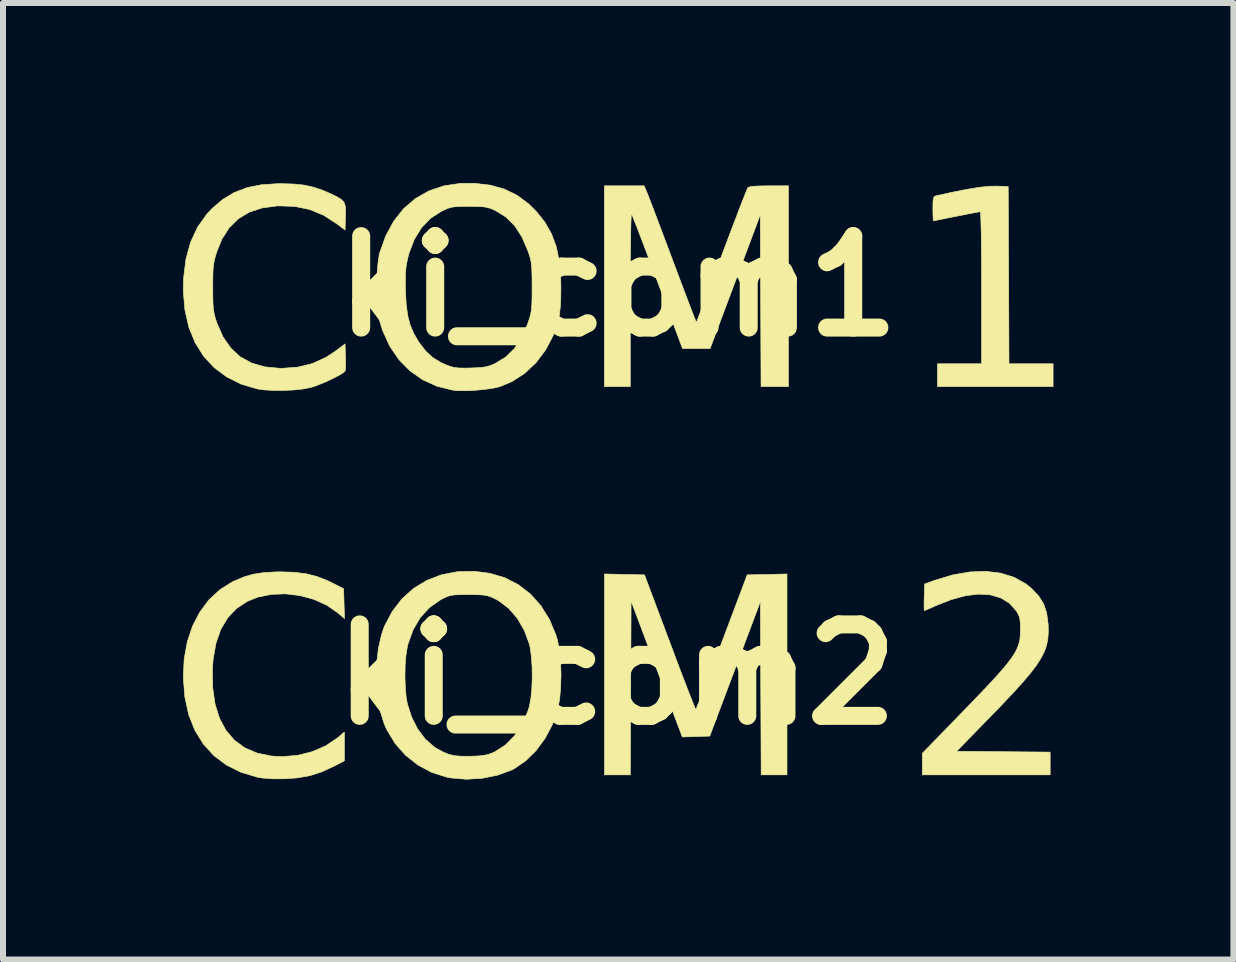
<source format=kicad_pcb>
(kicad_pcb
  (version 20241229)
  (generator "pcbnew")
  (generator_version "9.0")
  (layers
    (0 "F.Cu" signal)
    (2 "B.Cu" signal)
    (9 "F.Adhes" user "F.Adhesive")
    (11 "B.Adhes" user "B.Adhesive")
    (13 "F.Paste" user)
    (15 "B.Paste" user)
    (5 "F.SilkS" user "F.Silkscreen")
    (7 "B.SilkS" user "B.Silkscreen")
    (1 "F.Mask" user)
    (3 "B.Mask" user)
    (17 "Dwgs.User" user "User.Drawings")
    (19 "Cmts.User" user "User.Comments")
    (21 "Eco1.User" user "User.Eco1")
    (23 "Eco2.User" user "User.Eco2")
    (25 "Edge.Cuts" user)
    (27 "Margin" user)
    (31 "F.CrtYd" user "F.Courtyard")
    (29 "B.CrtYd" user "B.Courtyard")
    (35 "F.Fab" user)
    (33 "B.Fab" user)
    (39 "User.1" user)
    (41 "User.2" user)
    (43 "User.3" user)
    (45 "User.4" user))
  (footprint "ki_com2"
    (layer "F.Cu")
    (at 7.227 8.191)
    (property "Reference" "ki_com2" (at 0 0 0) (layer "F.SilkS") (effects (font (size 1.524 1.524) (thickness 0.3))))
    (attr through_hole)
    (fp_poly (pts (xy 2.839 1.673) (xy 2.409 1.673) (xy 2.402 0.229) (xy 2.396 -1.215) (xy 1.974 -0.094) (xy 1.552 1.027) (xy 1.324 1.034) (xy 1.095 1.041) (xy 1.02 0.844) (xy 0.994 0.775) (xy 0.953 0.666) (xy 0.899 0.523) (xy 0.834 0.352) (xy 0.762 0.159) (xy 0.684 -0.048) (xy 0.603 -0.262) (xy 0.593 -0.289) (xy 0.241 -1.224) (xy 0.228 1.673) (xy -0.203 1.673) (xy -0.203 -1.675) (xy 0.464 -1.66) (xy 0.885 -0.539) (xy 0.97 -0.313) (xy 1.049 -0.102) (xy 1.122 0.088) (xy 1.186 0.255) (xy 1.24 0.392) (xy 1.281 0.496) (xy 1.308 0.561) (xy 1.319 0.583) (xy 1.33 0.56) (xy 1.357 0.494) (xy 1.399 0.39) (xy 1.452 0.252) (xy 1.517 0.086) (xy 1.59 -0.105) (xy 1.67 -0.316) (xy 1.754 -0.539) (xy 2.176 -1.66) (xy 2.508 -1.667) (xy 2.839 -1.675) (xy 2.839 1.673)) (stroke (width 0.01) (type solid)) (fill yes) (layer "F.SilkS"))
    (fp_poly (pts (xy 6.402 -1.689) (xy 6.625 -1.619) (xy 6.821 -1.51) (xy 6.918 -1.43) (xy 7.037 -1.304) (xy 7.118 -1.173) (xy 7.167 -1.025) (xy 7.191 -0.846) (xy 7.193 -0.811) (xy 7.194 -0.694) (xy 7.186 -0.586) (xy 7.164 -0.481) (xy 7.126 -0.376) (xy 7.069 -0.266) (xy 6.992 -0.146) (xy 6.889 -0.013) (xy 6.76 0.139) (xy 6.601 0.314) (xy 6.41 0.516) (xy 6.268 0.662) (xy 5.666 1.28) (xy 6.445 1.287) (xy 7.225 1.294) (xy 7.225 1.673) (xy 5.095 1.673) (xy 5.095 1.314) (xy 5.727 0.663) (xy 5.943 0.441) (xy 6.125 0.25) (xy 6.277 0.088) (xy 6.401 -0.05) (xy 6.501 -0.168) (xy 6.578 -0.269) (xy 6.636 -0.358) (xy 6.677 -0.438) (xy 6.704 -0.513) (xy 6.721 -0.587) (xy 6.728 -0.664) (xy 6.73 -0.747) (xy 6.73 -0.75) (xy 6.728 -0.858) (xy 6.719 -0.933) (xy 6.7 -0.991) (xy 6.667 -1.05) (xy 6.66 -1.06) (xy 6.547 -1.187) (xy 6.403 -1.276) (xy 6.231 -1.327) (xy 6.032 -1.339) (xy 5.811 -1.312) (xy 5.569 -1.246) (xy 5.327 -1.15) (xy 5.239 -1.11) (xy 5.17 -1.081) (xy 5.133 -1.066) (xy 5.129 -1.065) (xy 5.125 -1.088) (xy 5.124 -1.151) (xy 5.125 -1.241) (xy 5.126 -1.286) (xy 5.133 -1.508) (xy 5.298 -1.568) (xy 5.599 -1.659) (xy 5.886 -1.709) (xy 6.154 -1.719) (xy 6.402 -1.689)) (stroke (width 0.01) (type solid)) (fill yes) (layer "F.SilkS"))
    (fp_poly (pts (xy -5.37 -1.703) (xy -5.172 -1.678) (xy -4.991 -1.632) (xy -4.813 -1.561) (xy -4.735 -1.523) (xy -4.55 -1.429) (xy -4.543 -1.181) (xy -4.536 -0.932) (xy -4.644 -1.025) (xy -4.831 -1.155) (xy -5.046 -1.252) (xy -5.279 -1.315) (xy -5.518 -1.344) (xy -5.756 -1.335) (xy -5.981 -1.289) (xy -6.153 -1.22) (xy -6.335 -1.101) (xy -6.483 -0.944) (xy -6.597 -0.751) (xy -6.678 -0.521) (xy -6.725 -0.252) (xy -6.737 -0.087) (xy -6.732 0.22) (xy -6.693 0.493) (xy -6.619 0.73) (xy -6.511 0.932) (xy -6.37 1.096) (xy -6.197 1.223) (xy -5.992 1.31) (xy -5.756 1.359) (xy -5.576 1.369) (xy -5.319 1.348) (xy -5.072 1.286) (xy -4.846 1.188) (xy -4.65 1.055) (xy -4.639 1.046) (xy -4.538 0.959) (xy -4.538 1.439) (xy -4.709 1.528) (xy -4.913 1.622) (xy -5.11 1.686) (xy -5.319 1.723) (xy -5.526 1.738) (xy -5.731 1.739) (xy -5.902 1.726) (xy -5.982 1.713) (xy -6.258 1.631) (xy -6.502 1.51) (xy -6.713 1.352) (xy -6.889 1.157) (xy -7.03 0.929) (xy -7.133 0.668) (xy -7.196 0.376) (xy -7.197 0.369) (xy -7.222 0.05) (xy -7.208 -0.254) (xy -7.157 -0.539) (xy -7.07 -0.802) (xy -6.948 -1.038) (xy -6.795 -1.244) (xy -6.61 -1.415) (xy -6.397 -1.548) (xy -6.378 -1.556) (xy -6.217 -1.624) (xy -6.06 -1.67) (xy -5.89 -1.697) (xy -5.694 -1.709) (xy -5.602 -1.711) (xy -5.37 -1.703)) (stroke (width 0.01) (type solid)) (fill yes) (layer "F.SilkS"))
    (fp_poly (pts (xy -2.118 -1.687) (xy -1.867 -1.614) (xy -1.639 -1.497) (xy -1.436 -1.34) (xy -1.262 -1.145) (xy -1.119 -0.916) (xy -1.011 -0.656) (xy -0.985 -0.565) (xy -0.953 -0.404) (xy -0.934 -0.21) (xy -0.927 0.001) (xy -0.933 0.213) (xy -0.95 0.41) (xy -0.981 0.575) (xy -0.985 0.591) (xy -1.072 0.838) (xy -1.194 1.067) (xy -1.344 1.27) (xy -1.517 1.44) (xy -1.707 1.57) (xy -1.755 1.594) (xy -1.986 1.679) (xy -2.24 1.73) (xy -2.504 1.746) (xy -2.761 1.724) (xy -2.836 1.71) (xy -3.085 1.631) (xy -3.314 1.508) (xy -3.519 1.345) (xy -3.692 1.149) (xy -3.829 0.924) (xy -3.875 0.82) (xy -3.942 0.6) (xy -3.986 0.351) (xy -4.005 0.086) (xy -4.004 0.041) (xy -3.528 0.041) (xy -3.522 0.227) (xy -3.506 0.392) (xy -3.488 0.488) (xy -3.417 0.71) (xy -3.316 0.909) (xy -3.189 1.077) (xy -3.042 1.206) (xy -2.997 1.235) (xy -2.888 1.294) (xy -2.792 1.333) (xy -2.693 1.355) (xy -2.575 1.363) (xy -2.434 1.363) (xy -2.305 1.358) (xy -2.211 1.348) (xy -2.138 1.332) (xy -2.068 1.306) (xy -2.025 1.286) (xy -1.852 1.174) (xy -1.7 1.02) (xy -1.574 0.83) (xy -1.479 0.611) (xy -1.454 0.531) (xy -1.43 0.403) (xy -1.414 0.24) (xy -1.407 0.059) (xy -1.409 -0.126) (xy -1.421 -0.3) (xy -1.441 -0.447) (xy -1.454 -0.505) (xy -1.538 -0.733) (xy -1.654 -0.934) (xy -1.798 -1.101) (xy -1.965 -1.228) (xy -2.025 -1.261) (xy -2.09 -1.291) (xy -2.149 -1.311) (xy -2.213 -1.323) (xy -2.297 -1.329) (xy -2.413 -1.331) (xy -2.472 -1.331) (xy -2.601 -1.33) (xy -2.694 -1.327) (xy -2.761 -1.318) (xy -2.817 -1.302) (xy -2.875 -1.276) (xy -2.934 -1.245) (xy -3.118 -1.117) (xy -3.271 -0.95) (xy -3.391 -0.747) (xy -3.477 -0.51) (xy -3.488 -0.463) (xy -3.511 -0.321) (xy -3.525 -0.148) (xy -3.528 0.041) (xy -4.004 0.041) (xy -4 -0.181) (xy -3.97 -0.437) (xy -3.917 -0.67) (xy -3.872 -0.799) (xy -3.742 -1.047) (xy -3.579 -1.259) (xy -3.385 -1.434) (xy -3.164 -1.568) (xy -2.919 -1.662) (xy -2.654 -1.713) (xy -2.371 -1.719) (xy -2.118 -1.687)) (stroke (width 0.01) (type solid)) (fill yes) (layer "F.SilkS")))
  (footprint "ki_com1"
    (layer "F.Cu")
    (at 7.251 1.72)
    (property "Reference" "ki_com1" (at 0 0 0) (layer "F.SilkS") (effects (font (size 1.524 1.524) (thickness 0.3))))
    (attr through_hole)
    (fp_poly (pts (xy 6.502 -1.66) (xy 6.509 -0.184) (xy 6.515 1.293) (xy 7.25 1.293) (xy 7.25 1.673) (xy 5.323 1.673) (xy 5.323 1.293) (xy 6.058 1.293) (xy 6.058 0.025) (xy 6.058 -0.223) (xy 6.057 -0.455) (xy 6.055 -0.666) (xy 6.053 -0.852) (xy 6.049 -1.007) (xy 6.046 -1.126) (xy 6.042 -1.206) (xy 6.038 -1.241) (xy 6.037 -1.242) (xy 6.006 -1.237) (xy 5.934 -1.224) (xy 5.831 -1.204) (xy 5.707 -1.179) (xy 5.64 -1.166) (xy 5.509 -1.14) (xy 5.397 -1.117) (xy 5.312 -1.1) (xy 5.264 -1.091) (xy 5.256 -1.09) (xy 5.252 -1.113) (xy 5.249 -1.175) (xy 5.247 -1.264) (xy 5.247 -1.292) (xy 5.248 -1.393) (xy 5.253 -1.455) (xy 5.265 -1.488) (xy 5.287 -1.503) (xy 5.304 -1.508) (xy 5.588 -1.57) (xy 5.828 -1.617) (xy 6.025 -1.649) (xy 6.184 -1.665) (xy 6.303 -1.668) (xy 6.502 -1.66)) (stroke (width 0.01) (type solid)) (fill yes) (layer "F.SilkS"))
    (fp_poly (pts (xy 0.48 -1.565) (xy 0.499 -1.519) (xy 0.533 -1.431) (xy 0.581 -1.306) (xy 0.64 -1.15) (xy 0.708 -0.969) (xy 0.784 -0.768) (xy 0.865 -0.552) (xy 0.913 -0.424) (xy 0.994 -0.208) (xy 1.07 -0.007) (xy 1.138 0.173) (xy 1.197 0.328) (xy 1.245 0.453) (xy 1.28 0.543) (xy 1.301 0.593) (xy 1.306 0.603) (xy 1.315 0.578) (xy 1.341 0.511) (xy 1.381 0.406) (xy 1.434 0.267) (xy 1.497 0.1) (xy 1.569 -0.091) (xy 1.648 -0.302) (xy 1.725 -0.507) (xy 1.81 -0.732) (xy 1.889 -0.943) (xy 1.963 -1.135) (xy 2.027 -1.304) (xy 2.081 -1.443) (xy 2.123 -1.549) (xy 2.151 -1.617) (xy 2.162 -1.641) (xy 2.193 -1.656) (xy 2.261 -1.666) (xy 2.37 -1.671) (xy 2.513 -1.673) (xy 2.839 -1.673) (xy 2.839 1.673) (xy 2.383 1.673) (xy 2.37 -1.19) (xy 1.952 -0.076) (xy 1.534 1.038) (xy 1.074 1.039) (xy 0.66 -0.07) (xy 0.575 -0.295) (xy 0.496 -0.506) (xy 0.423 -0.698) (xy 0.359 -0.866) (xy 0.305 -1.006) (xy 0.263 -1.111) (xy 0.236 -1.179) (xy 0.224 -1.203) (xy 0.22 -1.183) (xy 0.217 -1.116) (xy 0.213 -1.008) (xy 0.21 -0.862) (xy 0.208 -0.683) (xy 0.205 -0.475) (xy 0.204 -0.243) (xy 0.203 0.009) (xy 0.203 0.223) (xy 0.203 1.673) (xy -0.228 1.673) (xy -0.228 -1.673) (xy 0.434 -1.673) (xy 0.48 -1.565)) (stroke (width 0.01) (type solid)) (fill yes) (layer "F.SilkS"))
    (fp_poly (pts (xy -5.406 -1.703) (xy -5.231 -1.685) (xy -5.074 -1.65) (xy -4.918 -1.597) (xy -4.805 -1.548) (xy -4.69 -1.493) (xy -4.613 -1.447) (xy -4.568 -1.399) (xy -4.546 -1.336) (xy -4.541 -1.249) (xy -4.543 -1.159) (xy -4.55 -0.937) (xy -4.69 -1.042) (xy -4.91 -1.184) (xy -5.141 -1.279) (xy -5.388 -1.33) (xy -5.66 -1.339) (xy -5.683 -1.338) (xy -5.931 -1.305) (xy -6.146 -1.234) (xy -6.329 -1.124) (xy -6.481 -0.974) (xy -6.603 -0.784) (xy -6.684 -0.584) (xy -6.712 -0.497) (xy -6.731 -0.421) (xy -6.744 -0.346) (xy -6.751 -0.258) (xy -6.754 -0.146) (xy -6.755 0.003) (xy -6.755 0.025) (xy -6.754 0.18) (xy -6.751 0.295) (xy -6.744 0.384) (xy -6.732 0.457) (xy -6.714 0.528) (xy -6.688 0.607) (xy -6.684 0.619) (xy -6.583 0.847) (xy -6.454 1.032) (xy -6.297 1.177) (xy -6.109 1.28) (xy -5.89 1.344) (xy -5.64 1.368) (xy -5.61 1.369) (xy -5.34 1.349) (xy -5.094 1.289) (xy -4.867 1.185) (xy -4.69 1.068) (xy -4.55 0.962) (xy -4.543 1.17) (xy -4.541 1.271) (xy -4.542 1.354) (xy -4.547 1.406) (xy -4.549 1.412) (xy -4.578 1.44) (xy -4.644 1.481) (xy -4.736 1.529) (xy -4.842 1.58) (xy -4.952 1.627) (xy -5.055 1.667) (xy -5.123 1.688) (xy -5.245 1.712) (xy -5.401 1.729) (xy -5.573 1.737) (xy -5.745 1.737) (xy -5.899 1.728) (xy -6.008 1.713) (xy -6.282 1.632) (xy -6.524 1.511) (xy -6.734 1.354) (xy -6.91 1.163) (xy -7.05 0.938) (xy -7.154 0.682) (xy -7.219 0.397) (xy -7.246 0.084) (xy -7.241 -0.139) (xy -7.202 -0.453) (xy -7.124 -0.735) (xy -7.008 -0.984) (xy -6.853 -1.202) (xy -6.77 -1.291) (xy -6.589 -1.446) (xy -6.396 -1.562) (xy -6.183 -1.643) (xy -5.943 -1.691) (xy -5.669 -1.709) (xy -5.615 -1.709) (xy -5.406 -1.703)) (stroke (width 0.01) (type solid)) (fill yes) (layer "F.SilkS"))
    (fp_poly (pts (xy -2.128 -1.684) (xy -1.894 -1.618) (xy -1.684 -1.516) (xy -1.491 -1.372) (xy -1.363 -1.246) (xy -1.22 -1.067) (xy -1.11 -0.873) (xy -1.03 -0.659) (xy -0.98 -0.416) (xy -0.956 -0.139) (xy -0.953 0.013) (xy -0.955 0.204) (xy -0.964 0.356) (xy -0.978 0.479) (xy -0.997 0.57) (xy -1.085 0.829) (xy -1.21 1.066) (xy -1.368 1.275) (xy -1.554 1.45) (xy -1.764 1.587) (xy -1.975 1.675) (xy -2.084 1.7) (xy -2.225 1.72) (xy -2.382 1.735) (xy -2.537 1.742) (xy -2.673 1.74) (xy -2.75 1.733) (xy -3.016 1.668) (xy -3.257 1.559) (xy -3.471 1.409) (xy -3.655 1.221) (xy -3.807 0.997) (xy -3.924 0.739) (xy -3.973 0.583) (xy -3.996 0.464) (xy -4.011 0.309) (xy -4.019 0.132) (xy -4.02 -0.054) (xy -4.019 -0.091) (xy -3.546 -0.091) (xy -3.543 0.076) (xy -3.543 0.096) (xy -3.53 0.314) (xy -3.505 0.494) (xy -3.465 0.647) (xy -3.406 0.786) (xy -3.327 0.922) (xy -3.314 0.941) (xy -3.203 1.085) (xy -3.086 1.191) (xy -2.947 1.275) (xy -2.875 1.307) (xy -2.799 1.336) (xy -2.731 1.354) (xy -2.654 1.363) (xy -2.553 1.365) (xy -2.459 1.363) (xy -2.328 1.358) (xy -2.232 1.348) (xy -2.155 1.331) (xy -2.082 1.304) (xy -2.05 1.289) (xy -1.876 1.183) (xy -1.728 1.039) (xy -1.606 0.854) (xy -1.506 0.625) (xy -1.503 0.615) (xy -1.476 0.537) (xy -1.457 0.468) (xy -1.445 0.397) (xy -1.438 0.314) (xy -1.434 0.206) (xy -1.433 0.061) (xy -1.433 0.013) (xy -1.434 -0.144) (xy -1.437 -0.261) (xy -1.443 -0.35) (xy -1.453 -0.423) (xy -1.47 -0.491) (xy -1.494 -0.566) (xy -1.503 -0.59) (xy -1.602 -0.82) (xy -1.723 -1.007) (xy -1.869 -1.152) (xy -2.042 -1.26) (xy -2.05 -1.264) (xy -2.118 -1.293) (xy -2.18 -1.313) (xy -2.25 -1.324) (xy -2.342 -1.329) (xy -2.47 -1.331) (xy -2.485 -1.331) (xy -2.613 -1.33) (xy -2.705 -1.326) (xy -2.775 -1.316) (xy -2.836 -1.298) (xy -2.903 -1.268) (xy -2.946 -1.248) (xy -3.125 -1.132) (xy -3.276 -0.975) (xy -3.396 -0.78) (xy -3.485 -0.548) (xy -3.512 -0.441) (xy -3.532 -0.336) (xy -3.543 -0.224) (xy -3.546 -0.091) (xy -4.019 -0.091) (xy -4.014 -0.235) (xy -4 -0.397) (xy -3.98 -0.526) (xy -3.973 -0.556) (xy -3.872 -0.839) (xy -3.738 -1.085) (xy -3.573 -1.293) (xy -3.377 -1.461) (xy -3.153 -1.588) (xy -2.902 -1.673) (xy -2.627 -1.714) (xy -2.396 -1.715) (xy -2.128 -1.684)) (stroke (width 0.01) (type solid)) (fill yes) (layer "F.SilkS")))
  (gr_rect
    (start -3 -3)
    (end 17.506 12.942)
    (stroke (width 0.1) (type default))
    (fill no)
    (layer "Edge.Cuts")))
</source>
